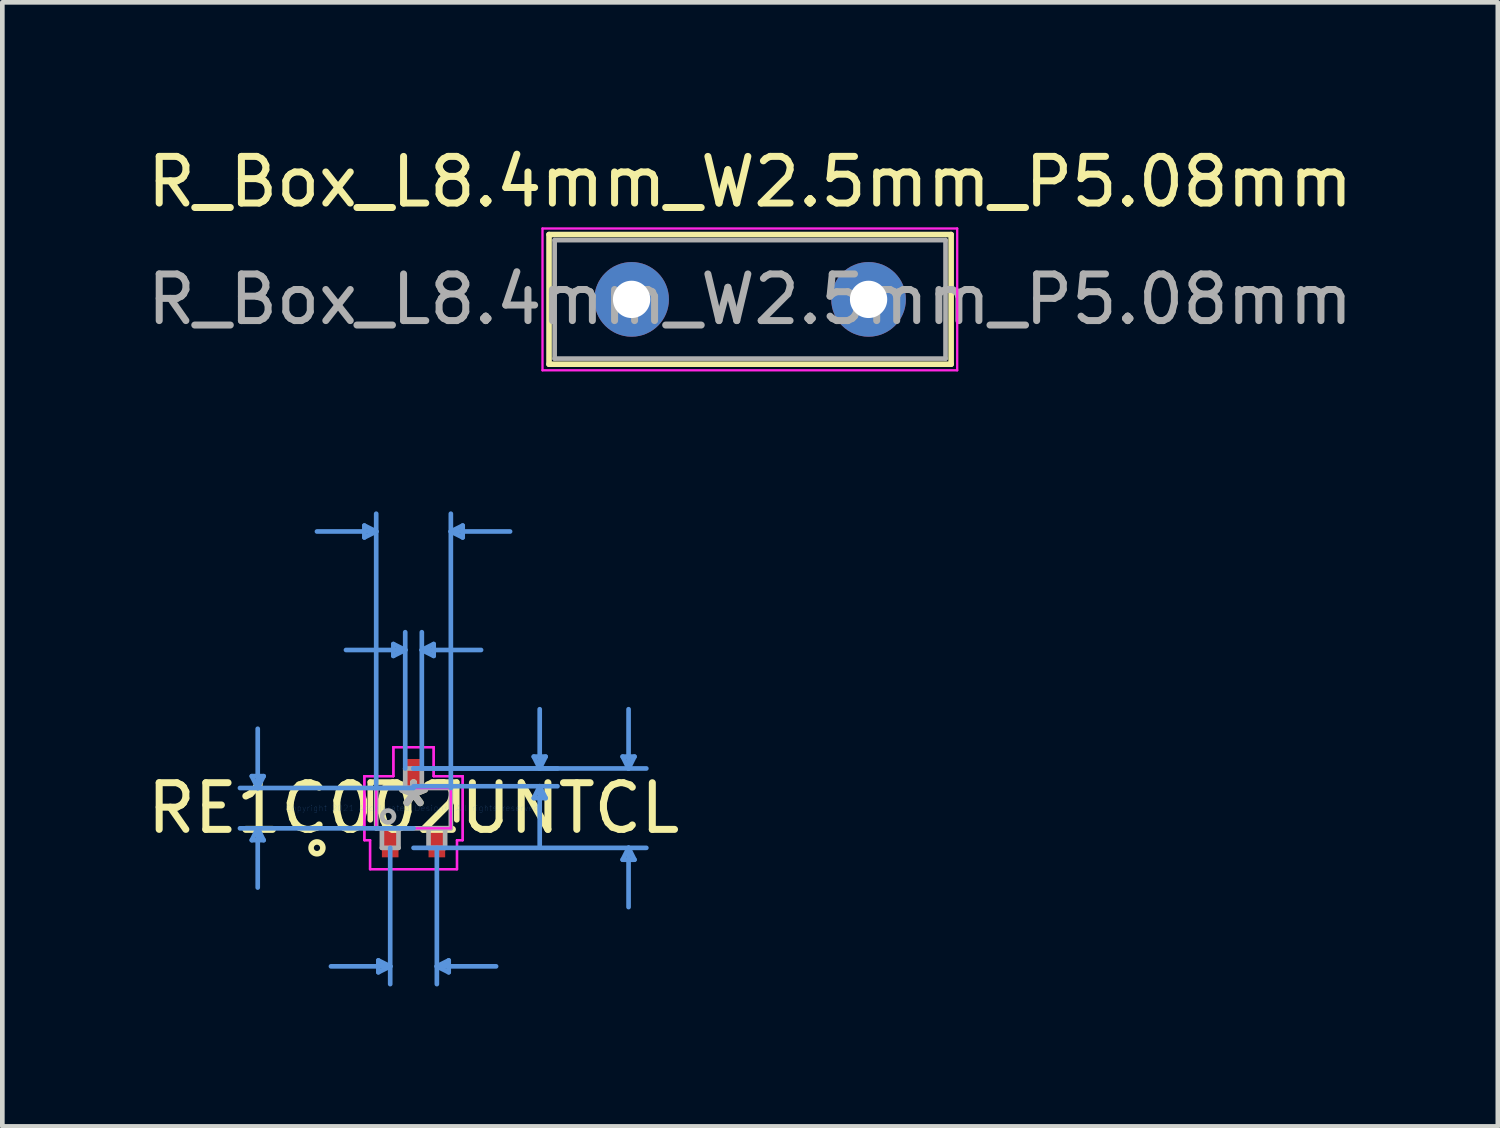
<source format=kicad_pcb>
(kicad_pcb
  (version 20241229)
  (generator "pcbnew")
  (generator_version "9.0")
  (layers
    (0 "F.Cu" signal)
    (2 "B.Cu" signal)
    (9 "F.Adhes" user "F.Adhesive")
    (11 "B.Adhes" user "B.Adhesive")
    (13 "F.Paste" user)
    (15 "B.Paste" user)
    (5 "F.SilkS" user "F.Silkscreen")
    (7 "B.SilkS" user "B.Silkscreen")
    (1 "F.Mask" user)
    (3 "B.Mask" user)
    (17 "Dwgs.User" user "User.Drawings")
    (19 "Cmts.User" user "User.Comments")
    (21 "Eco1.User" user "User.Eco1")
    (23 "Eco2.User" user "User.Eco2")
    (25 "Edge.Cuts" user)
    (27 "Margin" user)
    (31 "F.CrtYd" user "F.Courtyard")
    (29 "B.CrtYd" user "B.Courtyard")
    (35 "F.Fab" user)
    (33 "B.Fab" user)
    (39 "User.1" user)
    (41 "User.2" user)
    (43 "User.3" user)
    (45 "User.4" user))
  (footprint "RE1C002UNTCL"
    (layer "F.Cu")
    (at 5.815 14.275)
    (property "Reference" "RE1C002UNTCL" (at 0 0 0) (layer "F.SilkS") (effects (font (size 1 1) (thickness 0.15))))
    (attr through_hole)
    (fp_line (start -0.927 -0.559) (end -0.927 0.25) (stroke (width 0.12) (type solid)) (layer "F.SilkS"))
    (fp_line (start -0.511 -0.559) (end -0.927 -0.559) (stroke (width 0.12) (type solid)) (layer "F.SilkS"))
    (fp_line (start 0.927 -0.559) (end 0.511 -0.559) (stroke (width 0.12) (type solid)) (layer "F.SilkS"))
    (fp_line (start 0.927 0.25) (end 0.927 -0.559) (stroke (width 0.12) (type solid)) (layer "F.SilkS"))
    (fp_circle (center -2.07 0.851) (end -1.943 0.851) (stroke (width 0.12) (type solid)) (fill no) (layer "F.SilkS"))
    (fp_line (start -3.467 -0.686) (end -3.213 -0.686) (stroke (width 0.1) (type solid)) (layer "Cmts.User"))
    (fp_line (start -3.467 0.686) (end -3.213 0.686) (stroke (width 0.1) (type solid)) (layer "Cmts.User"))
    (fp_line (start -3.34 -0.432) (end -3.467 -0.686) (stroke (width 0.1) (type solid)) (layer "Cmts.User"))
    (fp_line (start -3.34 -0.432) (end -3.34 -1.702) (stroke (width 0.1) (type solid)) (layer "Cmts.User"))
    (fp_line (start -3.34 -0.432) (end -3.213 -0.686) (stroke (width 0.1) (type solid)) (layer "Cmts.User"))
    (fp_line (start -3.34 0.432) (end -3.467 0.686) (stroke (width 0.1) (type solid)) (layer "Cmts.User"))
    (fp_line (start -3.34 0.432) (end -3.34 1.702) (stroke (width 0.1) (type solid)) (layer "Cmts.User"))
    (fp_line (start -3.34 0.432) (end -3.213 0.686) (stroke (width 0.1) (type solid)) (layer "Cmts.User"))
    (fp_line (start -1.054 -6.058) (end -1.054 -5.804) (stroke (width 0.1) (type solid)) (layer "Cmts.User"))
    (fp_line (start -0.8 -5.931) (end -2.07 -5.931) (stroke (width 0.1) (type solid)) (layer "Cmts.User"))
    (fp_line (start -0.8 -5.931) (end -1.054 -6.058) (stroke (width 0.1) (type solid)) (layer "Cmts.User"))
    (fp_line (start -0.8 -5.931) (end -1.054 -5.804) (stroke (width 0.1) (type solid)) (layer "Cmts.User"))
    (fp_line (start -0.8 -0.432) (end -0.8 -6.312) (stroke (width 0.1) (type solid)) (layer "Cmts.User"))
    (fp_line (start -0.754 3.264) (end -0.754 3.518) (stroke (width 0.1) (type solid)) (layer "Cmts.User"))
    (fp_line (start -0.5 0.851) (end -0.5 3.772) (stroke (width 0.1) (type solid)) (layer "Cmts.User"))
    (fp_line (start -0.5 3.391) (end -1.77 3.391) (stroke (width 0.1) (type solid)) (layer "Cmts.User"))
    (fp_line (start -0.5 3.391) (end -0.754 3.264) (stroke (width 0.1) (type solid)) (layer "Cmts.User"))
    (fp_line (start -0.5 3.391) (end -0.754 3.518) (stroke (width 0.1) (type solid)) (layer "Cmts.User"))
    (fp_line (start -0.432 -3.518) (end -0.432 -3.264) (stroke (width 0.1) (type solid)) (layer "Cmts.User"))
    (fp_line (start -0.178 -3.391) (end -1.448 -3.391) (stroke (width 0.1) (type solid)) (layer "Cmts.User"))
    (fp_line (start -0.178 -3.391) (end -0.432 -3.518) (stroke (width 0.1) (type solid)) (layer "Cmts.User"))
    (fp_line (start -0.178 -3.391) (end -0.432 -3.264) (stroke (width 0.1) (type solid)) (layer "Cmts.User"))
    (fp_line (start -0.178 -0.851) (end -0.178 -3.772) (stroke (width 0.1) (type solid)) (layer "Cmts.User"))
    (fp_line (start 0 -0.851) (end 3.086 -0.851) (stroke (width 0.1) (type solid)) (layer "Cmts.User"))
    (fp_line (start 0 -0.851) (end 4.991 -0.851) (stroke (width 0.1) (type solid)) (layer "Cmts.User"))
    (fp_line (start 0 -0.47) (end 3.086 -0.47) (stroke (width 0.1) (type solid)) (layer "Cmts.User"))
    (fp_line (start 0 -0.432) (end -3.721 -0.432) (stroke (width 0.1) (type solid)) (layer "Cmts.User"))
    (fp_line (start 0 0.432) (end -3.721 0.432) (stroke (width 0.1) (type solid)) (layer "Cmts.User"))
    (fp_line (start 0 0.851) (end 4.991 0.851) (stroke (width 0.1) (type solid)) (layer "Cmts.User"))
    (fp_line (start 0.178 -3.391) (end 0.432 -3.518) (stroke (width 0.1) (type solid)) (layer "Cmts.User"))
    (fp_line (start 0.178 -3.391) (end 0.432 -3.264) (stroke (width 0.1) (type solid)) (layer "Cmts.User"))
    (fp_line (start 0.178 -3.391) (end 1.448 -3.391) (stroke (width 0.1) (type solid)) (layer "Cmts.User"))
    (fp_line (start 0.178 -0.851) (end 0.178 -3.772) (stroke (width 0.1) (type solid)) (layer "Cmts.User"))
    (fp_line (start 0.432 -3.518) (end 0.432 -3.264) (stroke (width 0.1) (type solid)) (layer "Cmts.User"))
    (fp_line (start 0.5 0.851) (end 0.5 3.772) (stroke (width 0.1) (type solid)) (layer "Cmts.User"))
    (fp_line (start 0.5 3.391) (end 0.754 3.264) (stroke (width 0.1) (type solid)) (layer "Cmts.User"))
    (fp_line (start 0.5 3.391) (end 0.754 3.518) (stroke (width 0.1) (type solid)) (layer "Cmts.User"))
    (fp_line (start 0.5 3.391) (end 1.77 3.391) (stroke (width 0.1) (type solid)) (layer "Cmts.User"))
    (fp_line (start 0.754 3.264) (end 0.754 3.518) (stroke (width 0.1) (type solid)) (layer "Cmts.User"))
    (fp_line (start 0.8 -5.931) (end 1.054 -6.058) (stroke (width 0.1) (type solid)) (layer "Cmts.User"))
    (fp_line (start 0.8 -5.931) (end 1.054 -5.804) (stroke (width 0.1) (type solid)) (layer "Cmts.User"))
    (fp_line (start 0.8 -5.931) (end 2.07 -5.931) (stroke (width 0.1) (type solid)) (layer "Cmts.User"))
    (fp_line (start 0.8 -0.432) (end 0.8 -6.312) (stroke (width 0.1) (type solid)) (layer "Cmts.User"))
    (fp_line (start 1.054 -6.058) (end 1.054 -5.804) (stroke (width 0.1) (type solid)) (layer "Cmts.User"))
    (fp_line (start 2.578 -1.105) (end 2.832 -1.105) (stroke (width 0.1) (type solid)) (layer "Cmts.User"))
    (fp_line (start 2.578 -0.216) (end 2.832 -0.216) (stroke (width 0.1) (type solid)) (layer "Cmts.User"))
    (fp_line (start 2.705 -0.851) (end 2.578 -1.105) (stroke (width 0.1) (type solid)) (layer "Cmts.User"))
    (fp_line (start 2.705 -0.851) (end 2.705 -2.121) (stroke (width 0.1) (type solid)) (layer "Cmts.User"))
    (fp_line (start 2.705 -0.851) (end 2.832 -1.105) (stroke (width 0.1) (type solid)) (layer "Cmts.User"))
    (fp_line (start 2.705 -0.47) (end 2.578 -0.216) (stroke (width 0.1) (type solid)) (layer "Cmts.User"))
    (fp_line (start 2.705 -0.47) (end 2.705 0.8) (stroke (width 0.1) (type solid)) (layer "Cmts.User"))
    (fp_line (start 2.705 -0.47) (end 2.832 -0.216) (stroke (width 0.1) (type solid)) (layer "Cmts.User"))
    (fp_line (start 4.483 -1.105) (end 4.737 -1.105) (stroke (width 0.1) (type solid)) (layer "Cmts.User"))
    (fp_line (start 4.483 1.105) (end 4.737 1.105) (stroke (width 0.1) (type solid)) (layer "Cmts.User"))
    (fp_line (start 4.61 -0.851) (end 4.483 -1.105) (stroke (width 0.1) (type solid)) (layer "Cmts.User"))
    (fp_line (start 4.61 -0.851) (end 4.61 -2.121) (stroke (width 0.1) (type solid)) (layer "Cmts.User"))
    (fp_line (start 4.61 -0.851) (end 4.737 -1.105) (stroke (width 0.1) (type solid)) (layer "Cmts.User"))
    (fp_line (start 4.61 0.851) (end 4.483 1.105) (stroke (width 0.1) (type solid)) (layer "Cmts.User"))
    (fp_line (start 4.61 0.851) (end 4.61 2.121) (stroke (width 0.1) (type solid)) (layer "Cmts.User"))
    (fp_line (start 4.61 0.851) (end 4.737 1.105) (stroke (width 0.1) (type solid)) (layer "Cmts.User"))
    (fp_line (start -1.054 -0.686) (end -0.432 -0.686) (stroke (width 0.05) (type solid)) (layer "F.CrtYd"))
    (fp_line (start -1.054 -0.686) (end -0.432 -0.686) (stroke (width 0.05) (type solid)) (layer "F.CrtYd"))
    (fp_line (start -1.054 0.686) (end -1.054 -0.686) (stroke (width 0.05) (type solid)) (layer "F.CrtYd"))
    (fp_line (start -1.054 0.686) (end -1.054 -0.686) (stroke (width 0.05) (type solid)) (layer "F.CrtYd"))
    (fp_line (start -1.054 0.686) (end -0.932 0.686) (stroke (width 0.05) (type solid)) (layer "F.CrtYd"))
    (fp_line (start -0.932 0.686) (end -1.054 0.686) (stroke (width 0.05) (type solid)) (layer "F.CrtYd"))
    (fp_line (start -0.932 0.686) (end -0.932 1.308) (stroke (width 0.05) (type solid)) (layer "F.CrtYd"))
    (fp_line (start -0.932 1.308) (end -0.932 0.686) (stroke (width 0.05) (type solid)) (layer "F.CrtYd"))
    (fp_line (start -0.932 1.308) (end 0.932 1.308) (stroke (width 0.05) (type solid)) (layer "F.CrtYd"))
    (fp_line (start -0.8 -0.432) (end 0.8 -0.432) (stroke (width 0.05) (type solid)) (layer "F.CrtYd"))
    (fp_line (start -0.8 0.432) (end -0.8 -0.432) (stroke (width 0.05) (type solid)) (layer "F.CrtYd"))
    (fp_line (start -0.432 -1.308) (end 0.432 -1.308) (stroke (width 0.05) (type solid)) (layer "F.CrtYd"))
    (fp_line (start -0.432 -1.308) (end 0.432 -1.308) (stroke (width 0.05) (type solid)) (layer "F.CrtYd"))
    (fp_line (start -0.432 -0.686) (end -0.432 -1.308) (stroke (width 0.05) (type solid)) (layer "F.CrtYd"))
    (fp_line (start -0.432 -0.686) (end -0.432 -1.308) (stroke (width 0.05) (type solid)) (layer "F.CrtYd"))
    (fp_line (start 0.432 -1.308) (end 0.432 -0.686) (stroke (width 0.05) (type solid)) (layer "F.CrtYd"))
    (fp_line (start 0.432 -0.686) (end 0.432 -1.308) (stroke (width 0.05) (type solid)) (layer "F.CrtYd"))
    (fp_line (start 0.432 -0.686) (end 1.054 -0.686) (stroke (width 0.05) (type solid)) (layer "F.CrtYd"))
    (fp_line (start 0.8 -0.432) (end 0.8 0.432) (stroke (width 0.05) (type solid)) (layer "F.CrtYd"))
    (fp_line (start 0.8 0.432) (end -0.8 0.432) (stroke (width 0.05) (type solid)) (layer "F.CrtYd"))
    (fp_line (start 0.932 0.686) (end 0.932 1.308) (stroke (width 0.05) (type solid)) (layer "F.CrtYd"))
    (fp_line (start 0.932 0.686) (end 0.932 1.308) (stroke (width 0.05) (type solid)) (layer "F.CrtYd"))
    (fp_line (start 0.932 1.308) (end -0.932 1.308) (stroke (width 0.05) (type solid)) (layer "F.CrtYd"))
    (fp_line (start 1.054 -0.686) (end 0.432 -0.686) (stroke (width 0.05) (type solid)) (layer "F.CrtYd"))
    (fp_line (start 1.054 -0.686) (end 1.054 0.686) (stroke (width 0.05) (type solid)) (layer "F.CrtYd"))
    (fp_line (start 1.054 -0.686) (end 1.054 0.686) (stroke (width 0.05) (type solid)) (layer "F.CrtYd"))
    (fp_line (start 1.054 0.686) (end 0.932 0.686) (stroke (width 0.05) (type solid)) (layer "F.CrtYd"))
    (fp_line (start 1.054 0.686) (end 0.932 0.686) (stroke (width 0.05) (type solid)) (layer "F.CrtYd"))
    (fp_line (start -0.8 -0.432) (end -0.8 0.432) (stroke (width 0.1) (type solid)) (layer "F.Fab"))
    (fp_line (start -0.8 0.432) (end 0.8 0.432) (stroke (width 0.1) (type solid)) (layer "F.Fab"))
    (fp_line (start -0.678 0.432) (end -0.678 0.851) (stroke (width 0.1) (type solid)) (layer "F.Fab"))
    (fp_line (start -0.678 0.851) (end -0.322 0.851) (stroke (width 0.1) (type solid)) (layer "F.Fab"))
    (fp_line (start -0.322 0.432) (end -0.678 0.432) (stroke (width 0.1) (type solid)) (layer "F.Fab"))
    (fp_line (start -0.322 0.851) (end -0.322 0.432) (stroke (width 0.1) (type solid)) (layer "F.Fab"))
    (fp_line (start -0.178 -0.851) (end -0.178 -0.432) (stroke (width 0.1) (type solid)) (layer "F.Fab"))
    (fp_line (start -0.178 -0.432) (end 0.178 -0.432) (stroke (width 0.1) (type solid)) (layer "F.Fab"))
    (fp_line (start 0.178 -0.851) (end -0.178 -0.851) (stroke (width 0.1) (type solid)) (layer "F.Fab"))
    (fp_line (start 0.178 -0.432) (end 0.178 -0.851) (stroke (width 0.1) (type solid)) (layer "F.Fab"))
    (fp_line (start 0.322 0.432) (end 0.322 0.851) (stroke (width 0.1) (type solid)) (layer "F.Fab"))
    (fp_line (start 0.322 0.851) (end 0.678 0.851) (stroke (width 0.1) (type solid)) (layer "F.Fab"))
    (fp_line (start 0.678 0.432) (end 0.322 0.432) (stroke (width 0.1) (type solid)) (layer "F.Fab"))
    (fp_line (start 0.678 0.851) (end 0.678 0.432) (stroke (width 0.1) (type solid)) (layer "F.Fab"))
    (fp_line (start 0.8 -0.432) (end -0.8 -0.432) (stroke (width 0.1) (type solid)) (layer "F.Fab"))
    (fp_line (start 0.8 0.432) (end 0.8 -0.432) (stroke (width 0.1) (type solid)) (layer "F.Fab"))
    (fp_circle (center -0.546 0.178) (end -0.419 0.178) (stroke (width 0.1) (type solid)) (fill no) (layer "F.Fab"))
    (fp_text user "*" (at 0 0 0) (layer "F.SilkS") (effects (font (size 1 1) (thickness 0.15))))
    (fp_text user "Copyright 2021 Accelerated Designs. All rights reserved." (at 0 0 0) (layer "Cmts.User") (effects (font (size 0.127 0.127) (thickness 0.002))))
    (fp_text user "*" (at 0 0 0) (layer "F.Fab") (effects (font (size 1 1) (thickness 0.15))))
    (pad "1" smd rect (at -0.5 0.762) (size 0.356 0.584) (layers "F.Cu" "F.Mask" "F.Paste"))
    (pad "2" smd rect (at 0.5 0.762) (size 0.356 0.584) (layers "F.Cu" "F.Mask" "F.Paste"))
    (pad "3" smd rect (at 0 -0.762) (size 0.356 0.584) (layers "F.Cu" "F.Mask" "F.Paste")))
  (footprint "R_Box_L8.4mm_W2.5mm_P5.08mm"
    (layer "F.Cu")
    (at 10.49 3.368)
    (property "Reference" "R_Box_L8.4mm_W2.5mm_P5.08mm" (at 2.54 -2.52 0) (layer "F.SilkS") (effects (font (size 1 1) (thickness 0.15))))
    (attr through_hole)
    (fp_line (start -1.77 -1.39) (end -1.77 1.39) (stroke (width 0.12) (type solid)) (layer "F.SilkS"))
    (fp_line (start -1.77 -1.39) (end 6.85 -1.39) (stroke (width 0.12) (type solid)) (layer "F.SilkS"))
    (fp_line (start -1.77 1.39) (end 6.85 1.39) (stroke (width 0.12) (type solid)) (layer "F.SilkS"))
    (fp_line (start 6.85 -1.39) (end 6.85 1.39) (stroke (width 0.12) (type solid)) (layer "F.SilkS"))
    (fp_line (start -1.91 -1.52) (end -1.91 1.52) (stroke (width 0.05) (type solid)) (layer "F.CrtYd"))
    (fp_line (start -1.91 1.52) (end 6.98 1.52) (stroke (width 0.05) (type solid)) (layer "F.CrtYd"))
    (fp_line (start 6.98 -1.52) (end -1.91 -1.52) (stroke (width 0.05) (type solid)) (layer "F.CrtYd"))
    (fp_line (start 6.98 1.52) (end 6.98 -1.52) (stroke (width 0.05) (type solid)) (layer "F.CrtYd"))
    (fp_line (start -1.65 -1.27) (end -1.65 1.27) (stroke (width 0.1) (type solid)) (layer "F.Fab"))
    (fp_line (start -1.65 1.27) (end 6.73 1.27) (stroke (width 0.1) (type solid)) (layer "F.Fab"))
    (fp_line (start 6.73 -1.27) (end -1.65 -1.27) (stroke (width 0.1) (type solid)) (layer "F.Fab"))
    (fp_line (start 6.73 1.27) (end 6.73 -1.27) (stroke (width 0.1) (type solid)) (layer "F.Fab"))
    (fp_text user "${REFERENCE}" (at 2.54 0 0) (layer "F.Fab") (effects (font (size 1 1) (thickness 0.15))))
    (pad "1" thru_hole circle (at 0 0) (size 1.6 1.6) (drill 0.8) (layers "*.Cu" "*.Mask"))
    (pad "2" thru_hole circle (at 5.08 0) (size 1.6 1.6) (drill 0.8) (layers "*.Cu" "*.Mask")))
  (gr_rect
    (start -3 -3)
    (end 29.06 21.097)
    (stroke (width 0.1) (type default))
    (fill no)
    (layer "Edge.Cuts")))
</source>
